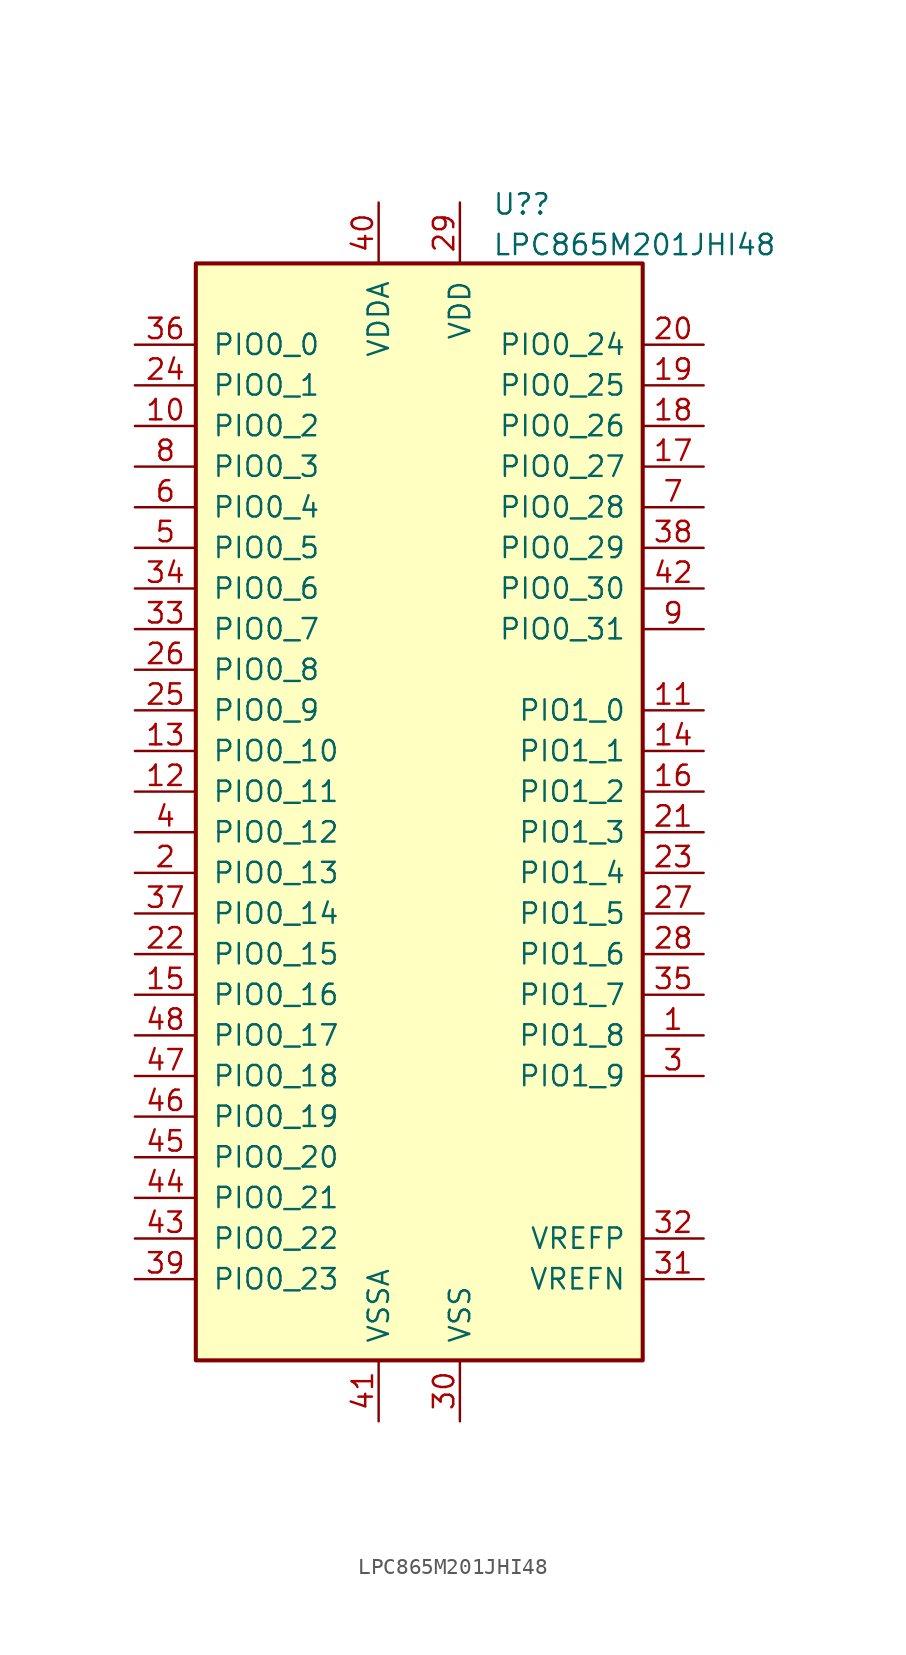
<source format=kicad_sym>
(kicad_symbol_lib
  (version 20231120)
  (generator "kicad_symbol_editor")
  (generator_version "8.0")
  (symbol "LPC865M201JHI48"
    (pin_names
      (offset 1.016))
    (property "Reference" "U?"
      (at 4.559 37.99 0)
      (effects (font (size 1.27 1.27)) (justify left)))
    (property "Value" "LPC865M201JHI48"
      (at 4.559 35.453 0)
      (effects (font (size 1.27 1.27)) (justify left)))
    (symbol "LPC865M201JHI48_0_1"
      (rectangle (start -13.97 34.29) (end 13.97 -34.29) (stroke (width 0.254) (type default)) (fill (type background))))
    (symbol "LPC865M201JHI48_1_1"
      (pin bidirectional line (at 17.78 -13.97 180) (length 3.81) (name "PIO1_8" (effects (font (size 1.27 1.27)))) (number "1" (effects (font (size 1.27 1.27)))))
      (pin bidirectional line (at -17.78 24.13 0) (length 3.81) (name "PIO0_2" (effects (font (size 1.27 1.27)))) (number "10" (effects (font (size 1.27 1.27)))))
      (pin bidirectional line (at 17.78 6.35 180) (length 3.81) (name "PIO1_0" (effects (font (size 1.27 1.27)))) (number "11" (effects (font (size 1.27 1.27)))))
      (pin bidirectional line (at -17.78 1.27 0) (length 3.81) (name "PIO0_11" (effects (font (size 1.27 1.27)))) (number "12" (effects (font (size 1.27 1.27)))))
      (pin bidirectional line (at -17.78 3.81 0) (length 3.81) (name "PIO0_10" (effects (font (size 1.27 1.27)))) (number "13" (effects (font (size 1.27 1.27)))))
      (pin bidirectional line (at 17.78 3.81 180) (length 3.81) (name "PIO1_1" (effects (font (size 1.27 1.27)))) (number "14" (effects (font (size 1.27 1.27)))))
      (pin bidirectional line (at -17.78 -11.43 0) (length 3.81) (name "PIO0_16" (effects (font (size 1.27 1.27)))) (number "15" (effects (font (size 1.27 1.27)))))
      (pin bidirectional line (at 17.78 1.27 180) (length 3.81) (name "PIO1_2" (effects (font (size 1.27 1.27)))) (number "16" (effects (font (size 1.27 1.27)))))
      (pin bidirectional line (at 17.78 21.59 180) (length 3.81) (name "PIO0_27" (effects (font (size 1.27 1.27)))) (number "17" (effects (font (size 1.27 1.27)))))
      (pin bidirectional line (at 17.78 24.13 180) (length 3.81) (name "PIO0_26" (effects (font (size 1.27 1.27)))) (number "18" (effects (font (size 1.27 1.27)))))
      (pin bidirectional line (at 17.78 26.67 180) (length 3.81) (name "PIO0_25" (effects (font (size 1.27 1.27)))) (number "19" (effects (font (size 1.27 1.27)))))
      (pin bidirectional line (at -17.78 -3.81 0) (length 3.81) (name "PIO0_13" (effects (font (size 1.27 1.27)))) (number "2" (effects (font (size 1.27 1.27)))))
      (pin bidirectional line (at 17.78 29.21 180) (length 3.81) (name "PIO0_24" (effects (font (size 1.27 1.27)))) (number "20" (effects (font (size 1.27 1.27)))))
      (pin bidirectional line (at 17.78 -1.27 180) (length 3.81) (name "PIO1_3" (effects (font (size 1.27 1.27)))) (number "21" (effects (font (size 1.27 1.27)))))
      (pin bidirectional line (at -17.78 -8.89 0) (length 3.81) (name "PIO0_15" (effects (font (size 1.27 1.27)))) (number "22" (effects (font (size 1.27 1.27)))))
      (pin bidirectional line (at 17.78 -3.81 180) (length 3.81) (name "PIO1_4" (effects (font (size 1.27 1.27)))) (number "23" (effects (font (size 1.27 1.27)))))
      (pin bidirectional line (at -17.78 26.67 0) (length 3.81) (name "PIO0_1" (effects (font (size 1.27 1.27)))) (number "24" (effects (font (size 1.27 1.27)))))
      (pin bidirectional line (at -17.78 6.35 0) (length 3.81) (name "PIO0_9" (effects (font (size 1.27 1.27)))) (number "25" (effects (font (size 1.27 1.27)))))
      (pin bidirectional line (at -17.78 8.89 0) (length 3.81) (name "PIO0_8" (effects (font (size 1.27 1.27)))) (number "26" (effects (font (size 1.27 1.27)))))
      (pin bidirectional line (at 17.78 -6.35 180) (length 3.81) (name "PIO1_5" (effects (font (size 1.27 1.27)))) (number "27" (effects (font (size 1.27 1.27)))))
      (pin bidirectional line (at 17.78 -8.89 180) (length 3.81) (name "PIO1_6" (effects (font (size 1.27 1.27)))) (number "28" (effects (font (size 1.27 1.27)))))
      (pin power_in line (at 2.54 38.1 270) (length 3.81) (name "VDD" (effects (font (size 1.27 1.27)))) (number "29" (effects (font (size 1.27 1.27)))))
      (pin bidirectional line (at 17.78 -16.51 180) (length 3.81) (name "PIO1_9" (effects (font (size 1.27 1.27)))) (number "3" (effects (font (size 1.27 1.27)))))
      (pin power_in line (at 2.54 -38.1 90) (length 3.81) (name "VSS" (effects (font (size 1.27 1.27)))) (number "30" (effects (font (size 1.27 1.27)))))
      (pin input line (at 17.78 -29.21 180) (length 3.81) (name "VREFN" (effects (font (size 1.27 1.27)))) (number "31" (effects (font (size 1.27 1.27)))))
      (pin input line (at 17.78 -26.67 180) (length 3.81) (name "VREFP" (effects (font (size 1.27 1.27)))) (number "32" (effects (font (size 1.27 1.27)))))
      (pin bidirectional line (at -17.78 11.43 0) (length 3.81) (name "PIO0_7" (effects (font (size 1.27 1.27)))) (number "33" (effects (font (size 1.27 1.27)))))
      (pin bidirectional line (at -17.78 13.97 0) (length 3.81) (name "PIO0_6" (effects (font (size 1.27 1.27)))) (number "34" (effects (font (size 1.27 1.27)))))
      (pin bidirectional line (at 17.78 -11.43 180) (length 3.81) (name "PIO1_7" (effects (font (size 1.27 1.27)))) (number "35" (effects (font (size 1.27 1.27)))))
      (pin bidirectional line (at -17.78 29.21 0) (length 3.81) (name "PIO0_0" (effects (font (size 1.27 1.27)))) (number "36" (effects (font (size 1.27 1.27)))))
      (pin bidirectional line (at -17.78 -6.35 0) (length 3.81) (name "PIO0_14" (effects (font (size 1.27 1.27)))) (number "37" (effects (font (size 1.27 1.27)))))
      (pin bidirectional line (at 17.78 16.51 180) (length 3.81) (name "PIO0_29" (effects (font (size 1.27 1.27)))) (number "38" (effects (font (size 1.27 1.27)))))
      (pin bidirectional line (at -17.78 -29.21 0) (length 3.81) (name "PIO0_23" (effects (font (size 1.27 1.27)))) (number "39" (effects (font (size 1.27 1.27)))))
      (pin bidirectional line (at -17.78 -1.27 0) (length 3.81) (name "PIO0_12" (effects (font (size 1.27 1.27)))) (number "4" (effects (font (size 1.27 1.27)))))
      (pin power_in line (at -2.54 38.1 270) (length 3.81) (name "VDDA" (effects (font (size 1.27 1.27)))) (number "40" (effects (font (size 1.27 1.27)))))
      (pin power_in line (at -2.54 -38.1 90) (length 3.81) (name "VSSA" (effects (font (size 1.27 1.27)))) (number "41" (effects (font (size 1.27 1.27)))))
      (pin bidirectional line (at 17.78 13.97 180) (length 3.81) (name "PIO0_30" (effects (font (size 1.27 1.27)))) (number "42" (effects (font (size 1.27 1.27)))))
      (pin bidirectional line (at -17.78 -26.67 0) (length 3.81) (name "PIO0_22" (effects (font (size 1.27 1.27)))) (number "43" (effects (font (size 1.27 1.27)))))
      (pin bidirectional line (at -17.78 -24.13 0) (length 3.81) (name "PIO0_21" (effects (font (size 1.27 1.27)))) (number "44" (effects (font (size 1.27 1.27)))))
      (pin bidirectional line (at -17.78 -21.59 0) (length 3.81) (name "PIO0_20" (effects (font (size 1.27 1.27)))) (number "45" (effects (font (size 1.27 1.27)))))
      (pin bidirectional line (at -17.78 -19.05 0) (length 3.81) (name "PIO0_19" (effects (font (size 1.27 1.27)))) (number "46" (effects (font (size 1.27 1.27)))))
      (pin bidirectional line (at -17.78 -16.51 0) (length 3.81) (name "PIO0_18" (effects (font (size 1.27 1.27)))) (number "47" (effects (font (size 1.27 1.27)))))
      (pin bidirectional line (at -17.78 -13.97 0) (length 3.81) (name "PIO0_17" (effects (font (size 1.27 1.27)))) (number "48" (effects (font (size 1.27 1.27)))))
      (pin bidirectional line (at -17.78 16.51 0) (length 3.81) (name "PIO0_5" (effects (font (size 1.27 1.27)))) (number "5" (effects (font (size 1.27 1.27)))))
      (pin bidirectional line (at -17.78 19.05 0) (length 3.81) (name "PIO0_4" (effects (font (size 1.27 1.27)))) (number "6" (effects (font (size 1.27 1.27)))))
      (pin bidirectional line (at 17.78 19.05 180) (length 3.81) (name "PIO0_28" (effects (font (size 1.27 1.27)))) (number "7" (effects (font (size 1.27 1.27)))))
      (pin bidirectional line (at -17.78 21.59 0) (length 3.81) (name "PIO0_3" (effects (font (size 1.27 1.27)))) (number "8" (effects (font (size 1.27 1.27)))))
      (pin bidirectional line (at 17.78 11.43 180) (length 3.81) (name "PIO0_31" (effects (font (size 1.27 1.27)))) (number "9" (effects (font (size 1.27 1.27))))))))
</source>
